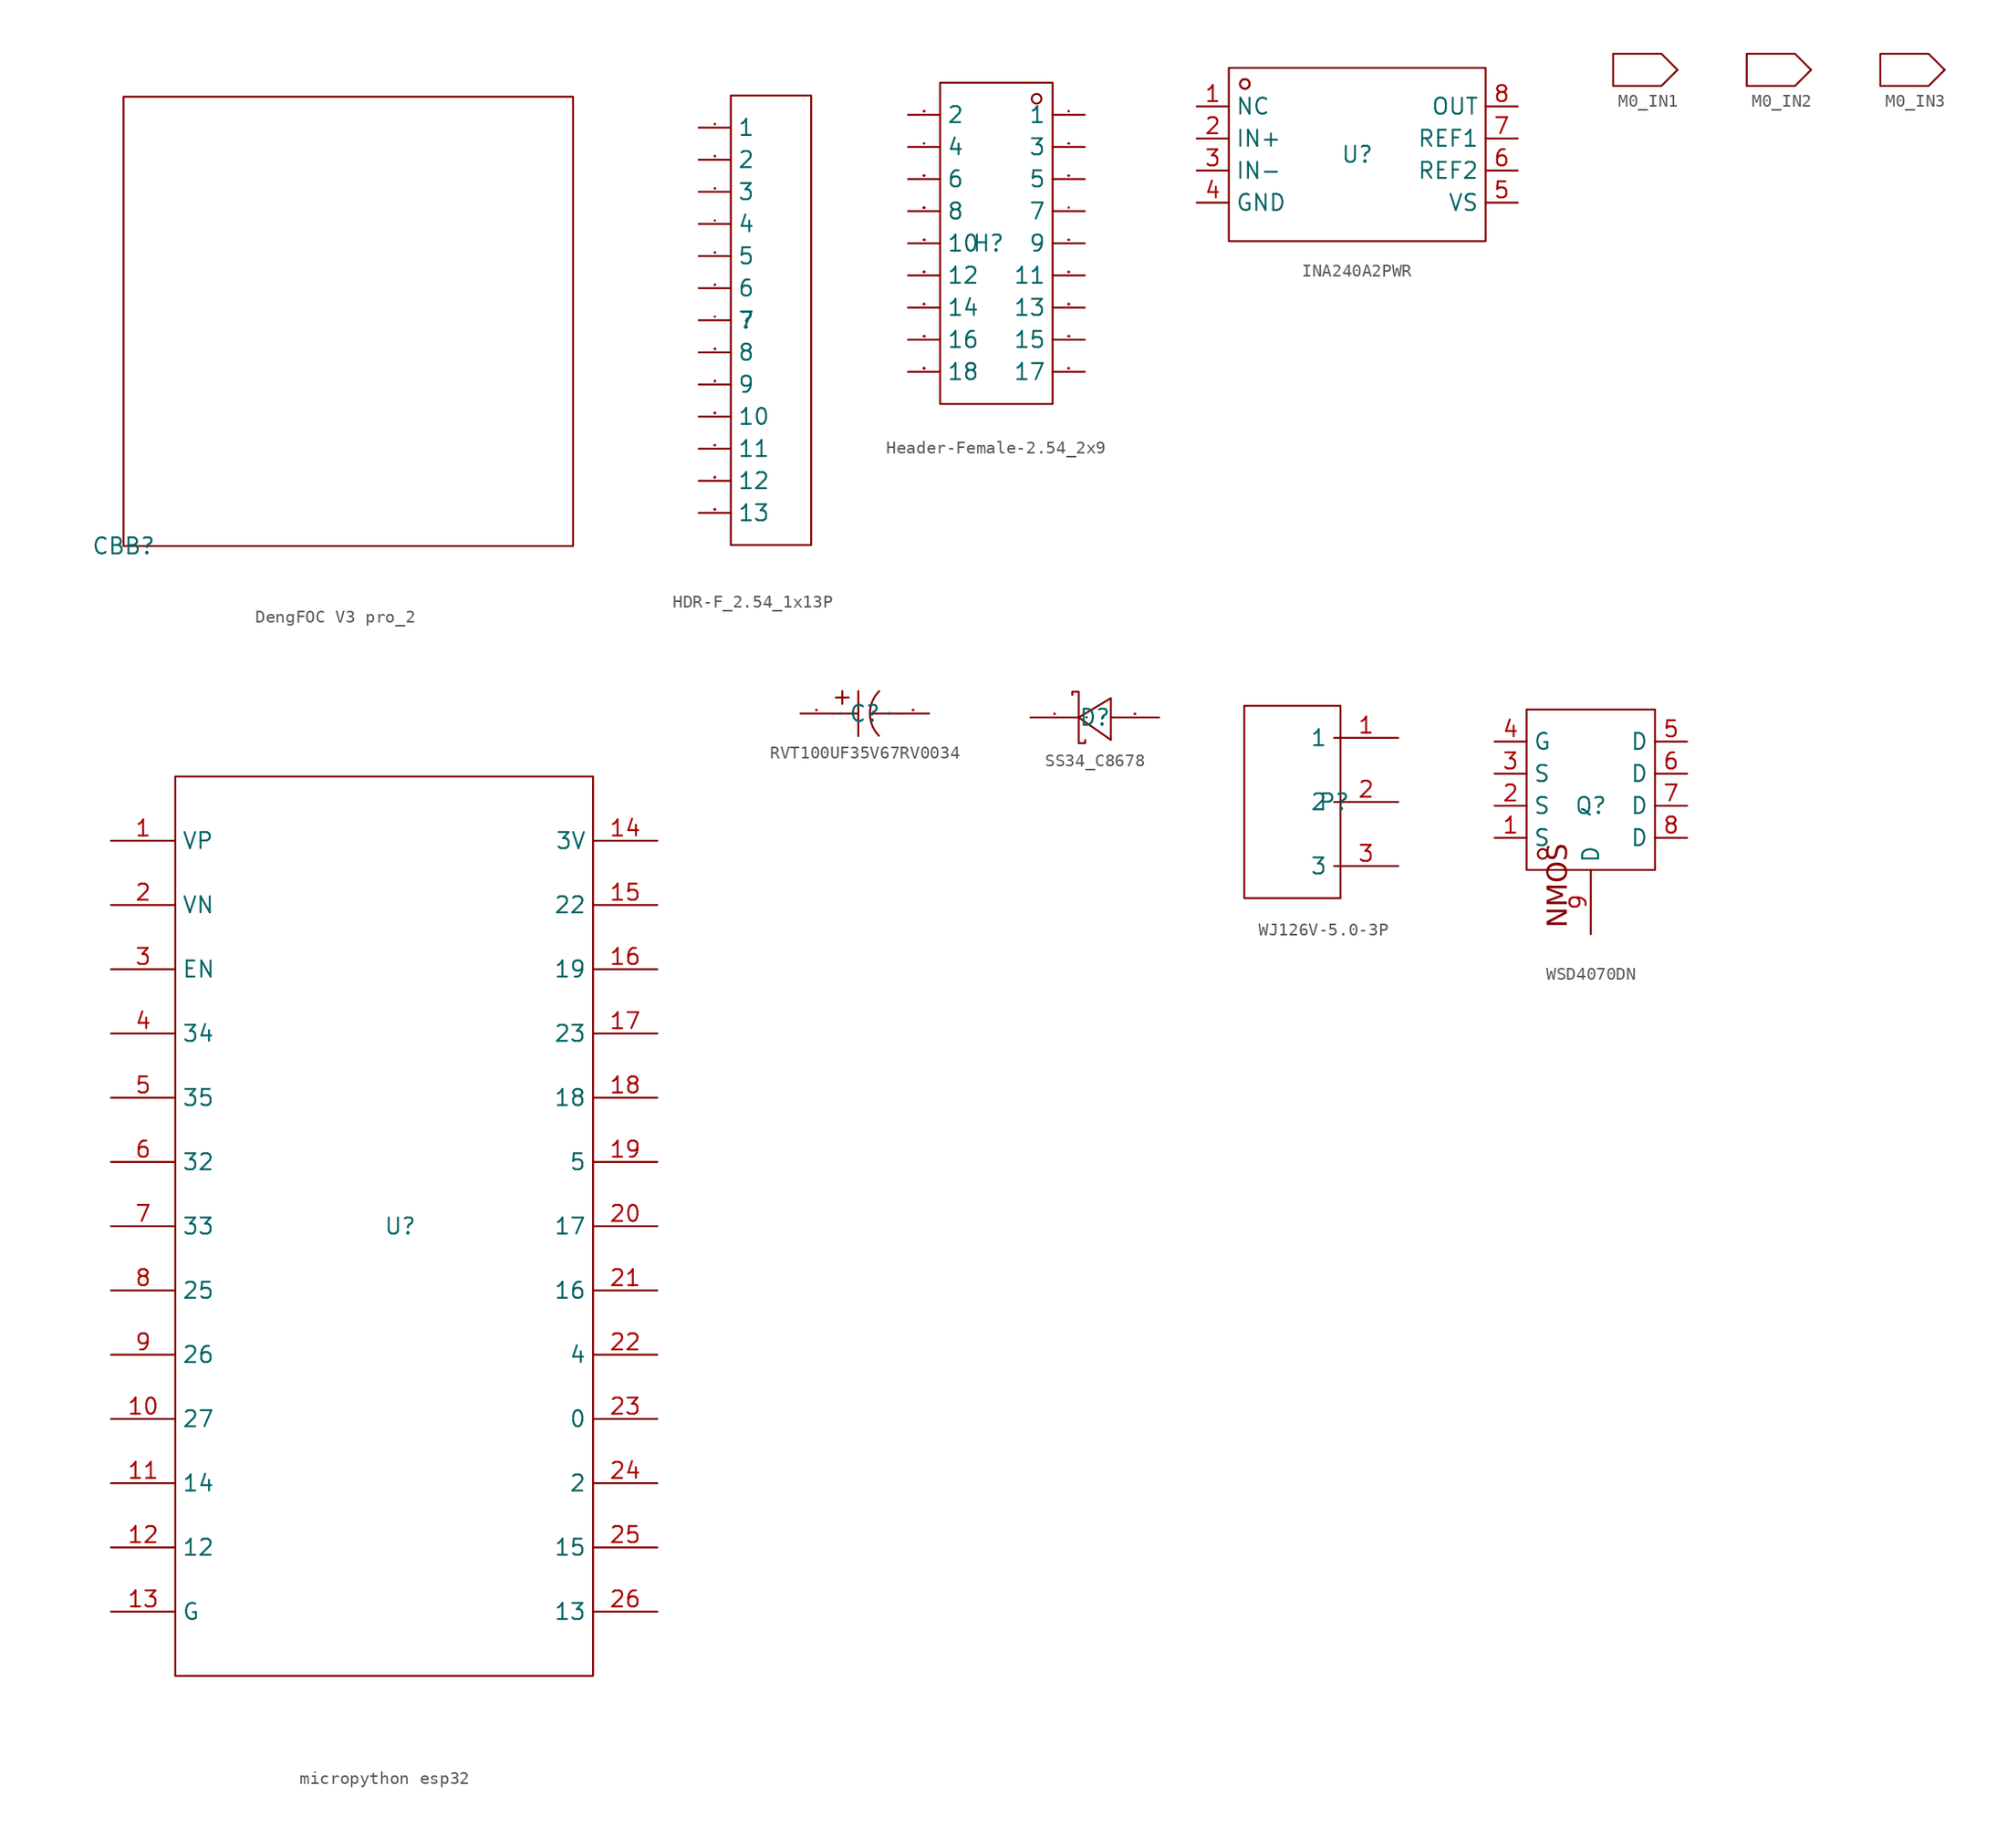
<source format=kicad_sym>
(kicad_symbol_lib
  (version 20231120)
  (generator "kicad_symbol_editor")
  (generator_version "8.0")
  (symbol "DengFOC V3 pro_2"
    (property "Reference" "CBB"
      (at 0 0 0)
      (effects (font (size 1.27 1.27))))
    (property "Value" ""
      (at 0 0 0)
      (effects (font (size 1.27 1.27))))
    (symbol "DengFOC V3 pro_2_1_0"
      (rectangle (start 0 0) (end 35.56 35.56) (stroke (width 0) (type default)) (fill (type none)))))
  (symbol "HDR-F_2.54_1x13P"
    (property "Reference" ""
      (at 0 0 0)
      (effects (font (size 1.27 1.27))))
    (property "Value" ""
      (at 0 0 0)
      (effects (font (size 1.27 1.27))))
    (symbol "HDR-F_2.54_1x13P_1_0"
      (rectangle (start -1.27 17.78) (end 5.08 -17.78) (stroke (width 0) (type default)) (fill (type none)))
      (pin input line (at -3.81 15.24 0) (length 2.54) (name "1" (effects (font (size 1.27 1.27)))) (number "1" (effects (font (size 0.025 0.025)))))
      (pin input line (at -3.81 -7.62 0) (length 2.54) (name "10" (effects (font (size 1.27 1.27)))) (number "10" (effects (font (size 0.025 0.025)))))
      (pin input line (at -3.81 -10.16 0) (length 2.54) (name "11" (effects (font (size 1.27 1.27)))) (number "11" (effects (font (size 0.025 0.025)))))
      (pin input line (at -3.81 -12.7 0) (length 2.54) (name "12" (effects (font (size 1.27 1.27)))) (number "12" (effects (font (size 0.025 0.025)))))
      (pin input line (at -3.81 -15.24 0) (length 2.54) (name "13" (effects (font (size 1.27 1.27)))) (number "13" (effects (font (size 0.025 0.025)))))
      (pin input line (at -3.81 12.7 0) (length 2.54) (name "2" (effects (font (size 1.27 1.27)))) (number "2" (effects (font (size 0.025 0.025)))))
      (pin input line (at -3.81 10.16 0) (length 2.54) (name "3" (effects (font (size 1.27 1.27)))) (number "3" (effects (font (size 0.025 0.025)))))
      (pin input line (at -3.81 7.62 0) (length 2.54) (name "4" (effects (font (size 1.27 1.27)))) (number "4" (effects (font (size 0.025 0.025)))))
      (pin input line (at -3.81 5.08 0) (length 2.54) (name "5" (effects (font (size 1.27 1.27)))) (number "5" (effects (font (size 0.025 0.025)))))
      (pin input line (at -3.81 2.54 0) (length 2.54) (name "6" (effects (font (size 1.27 1.27)))) (number "6" (effects (font (size 0.025 0.025)))))
      (pin input line (at -3.81 0 0) (length 2.54) (name "7" (effects (font (size 1.27 1.27)))) (number "7" (effects (font (size 0.025 0.025)))))
      (pin input line (at -3.81 -2.54 0) (length 2.54) (name "8" (effects (font (size 1.27 1.27)))) (number "8" (effects (font (size 0.025 0.025)))))
      (pin input line (at -3.81 -5.08 0) (length 2.54) (name "9" (effects (font (size 1.27 1.27)))) (number "9" (effects (font (size 0.025 0.025)))))))
  (symbol "Header-Female-2.54_2x9"
    (property "Reference" "H"
      (at 0 0 0)
      (effects (font (size 1.27 1.27))))
    (property "Value" ""
      (at 0 0 0)
      (effects (font (size 1.27 1.27))))
    (symbol "Header-Female-2.54_2x9_1_0"
      (rectangle (start -3.81 -12.7) (end 5.08 12.7) (stroke (width 0) (type default)) (fill (type none)))
      (circle (center 3.81 11.43) (radius 0.381) (stroke (width 0) (type default)) (fill (type none)))
      (pin input line (at 7.62 10.16 180) (length 2.54) (name "1" (effects (font (size 1.27 1.27)))) (number "1" (effects (font (size 0.025 0.025)))))
      (pin input line (at -6.35 0 0) (length 2.54) (name "10" (effects (font (size 1.27 1.27)))) (number "10" (effects (font (size 0.025 0.025)))))
      (pin input line (at 7.62 -2.54 180) (length 2.54) (name "11" (effects (font (size 1.27 1.27)))) (number "11" (effects (font (size 0.025 0.025)))))
      (pin input line (at -6.35 -2.54 0) (length 2.54) (name "12" (effects (font (size 1.27 1.27)))) (number "12" (effects (font (size 0.025 0.025)))))
      (pin input line (at 7.62 -5.08 180) (length 2.54) (name "13" (effects (font (size 1.27 1.27)))) (number "13" (effects (font (size 0.025 0.025)))))
      (pin input line (at -6.35 -5.08 0) (length 2.54) (name "14" (effects (font (size 1.27 1.27)))) (number "14" (effects (font (size 0.025 0.025)))))
      (pin input line (at 7.62 -7.62 180) (length 2.54) (name "15" (effects (font (size 1.27 1.27)))) (number "15" (effects (font (size 0.025 0.025)))))
      (pin input line (at -6.35 -7.62 0) (length 2.54) (name "16" (effects (font (size 1.27 1.27)))) (number "16" (effects (font (size 0.025 0.025)))))
      (pin input line (at 7.62 -10.16 180) (length 2.54) (name "17" (effects (font (size 1.27 1.27)))) (number "17" (effects (font (size 0.025 0.025)))))
      (pin input line (at -6.35 -10.16 0) (length 2.54) (name "18" (effects (font (size 1.27 1.27)))) (number "18" (effects (font (size 0.025 0.025)))))
      (pin input line (at -6.35 10.16 0) (length 2.54) (name "2" (effects (font (size 1.27 1.27)))) (number "2" (effects (font (size 0.025 0.025)))))
      (pin input line (at 7.62 7.62 180) (length 2.54) (name "3" (effects (font (size 1.27 1.27)))) (number "3" (effects (font (size 0.025 0.025)))))
      (pin input line (at -6.35 7.62 0) (length 2.54) (name "4" (effects (font (size 1.27 1.27)))) (number "4" (effects (font (size 0.025 0.025)))))
      (pin input line (at 7.62 5.08 180) (length 2.54) (name "5" (effects (font (size 1.27 1.27)))) (number "5" (effects (font (size 0.025 0.025)))))
      (pin input line (at -6.35 5.08 0) (length 2.54) (name "6" (effects (font (size 1.27 1.27)))) (number "6" (effects (font (size 0.025 0.025)))))
      (pin input line (at 7.62 2.54 180) (length 2.54) (name "7" (effects (font (size 1.27 1.27)))) (number "7" (effects (font (size 0.025 0.025)))))
      (pin input line (at -6.35 2.54 0) (length 2.54) (name "8" (effects (font (size 1.27 1.27)))) (number "8" (effects (font (size 0.025 0.025)))))
      (pin input line (at 7.62 0 180) (length 2.54) (name "9" (effects (font (size 1.27 1.27)))) (number "9" (effects (font (size 0.025 0.025)))))))
  (symbol "INA240A2PWR"
    (property "Reference" "U"
      (at 0 0 0)
      (effects (font (size 1.27 1.27))))
    (property "Value" ""
      (at 0 0 0)
      (effects (font (size 1.27 1.27))))
    (symbol "INA240A2PWR_1_0"
      (rectangle (start -10.16 -6.858) (end 10.16 6.858) (stroke (width 0) (type default)) (fill (type none)))
      (circle (center -8.89 5.588) (radius 0.381) (stroke (width 0) (type default)) (fill (type none)))
      (circle (center -8.89 5.588) (radius 0.381) (stroke (width 0) (type default)) (fill (type none)))
      (pin input line (at -12.7 3.81 0) (length 2.54) (name "NC" (effects (font (size 1.27 1.27)))) (number "1" (effects (font (size 1.27 1.27)))))
      (pin input line (at -12.7 1.27 0) (length 2.54) (name "IN+" (effects (font (size 1.27 1.27)))) (number "2" (effects (font (size 1.27 1.27)))))
      (pin input line (at -12.7 -1.27 0) (length 2.54) (name "IN-" (effects (font (size 1.27 1.27)))) (number "3" (effects (font (size 1.27 1.27)))))
      (pin input line (at -12.7 -3.81 0) (length 2.54) (name "GND" (effects (font (size 1.27 1.27)))) (number "4" (effects (font (size 1.27 1.27)))))
      (pin input line (at 12.7 -3.81 180) (length 2.54) (name "VS" (effects (font (size 1.27 1.27)))) (number "5" (effects (font (size 1.27 1.27)))))
      (pin input line (at 12.7 -1.27 180) (length 2.54) (name "REF2" (effects (font (size 1.27 1.27)))) (number "6" (effects (font (size 1.27 1.27)))))
      (pin input line (at 12.7 1.27 180) (length 2.54) (name "REF1" (effects (font (size 1.27 1.27)))) (number "7" (effects (font (size 1.27 1.27)))))
      (pin input line (at 12.7 3.81 180) (length 2.54) (name "OUT" (effects (font (size 1.27 1.27)))) (number "8" (effects (font (size 1.27 1.27)))))))
  (symbol "M0_IN1"
    (power)
    (pin_numbers hide)
    (pin_names hide)
    (property "Reference" "#PWR"
      (at 0 0 0)
      (effects (font (size 1.27 1.27)) (hide yes)))
    (property "Value" ""
      (at 0 0 0)
      (effects (font (size 1.27 1.27))))
    (symbol "M0_IN1_1_0"
      (polyline (pts (xy 0 0) (xy -1.27 -1.27) (xy -1.27 -1.27) (xy -5.08 -1.27) (xy -5.08 -1.27) (xy -5.08 1.27) (xy -5.08 1.27) (xy -1.27 1.27) (xy -1.27 1.27) (xy 0 0)) (stroke (width 0) (type default)) (fill (type none)))
      (pin input line (at 0 0 0) (length 0) (name "" (effects (font (size 0.025 0.025)))) (number "" (effects (font (size 0.025 0.025)))))))
  (symbol "M0_IN2"
    (power)
    (pin_numbers hide)
    (pin_names hide)
    (property "Reference" "#PWR"
      (at 0 0 0)
      (effects (font (size 1.27 1.27)) (hide yes)))
    (property "Value" ""
      (at 0 0 0)
      (effects (font (size 1.27 1.27))))
    (symbol "M0_IN2_1_0"
      (polyline (pts (xy 0 0) (xy -1.27 -1.27) (xy -1.27 -1.27) (xy -5.08 -1.27) (xy -5.08 -1.27) (xy -5.08 1.27) (xy -5.08 1.27) (xy -1.27 1.27) (xy -1.27 1.27) (xy 0 0)) (stroke (width 0) (type default)) (fill (type none)))
      (pin input line (at 0 0 0) (length 0) (name "" (effects (font (size 0.025 0.025)))) (number "" (effects (font (size 0.025 0.025)))))))
  (symbol "M0_IN3"
    (power)
    (pin_numbers hide)
    (pin_names hide)
    (property "Reference" "#PWR"
      (at 0 0 0)
      (effects (font (size 1.27 1.27)) (hide yes)))
    (property "Value" ""
      (at 0 0 0)
      (effects (font (size 1.27 1.27))))
    (symbol "M0_IN3_1_0"
      (polyline (pts (xy 0 0) (xy -1.27 -1.27) (xy -1.27 -1.27) (xy -5.08 -1.27) (xy -5.08 -1.27) (xy -5.08 1.27) (xy -5.08 1.27) (xy -1.27 1.27) (xy -1.27 1.27) (xy 0 0)) (stroke (width 0) (type default)) (fill (type none)))
      (pin input line (at 0 0 0) (length 0) (name "" (effects (font (size 0.025 0.025)))) (number "" (effects (font (size 0.025 0.025)))))))
  (symbol "micropython esp32"
    (property "Reference" "U"
      (at 0 0 0)
      (effects (font (size 1.27 1.27))))
    (property "Value" ""
      (at 0 0 0)
      (effects (font (size 1.27 1.27))))
    (symbol "micropython esp32_1_0"
      (rectangle (start -17.78 -35.56) (end 15.24 35.56) (stroke (width 0) (type default)) (fill (type none)))
      (pin input line (at -22.86 30.48 0) (length 5.08) (name "VP" (effects (font (size 1.27 1.27)))) (number "1" (effects (font (size 1.27 1.27)))))
      (pin input line (at -22.86 -15.24 0) (length 5.08) (name "27" (effects (font (size 1.27 1.27)))) (number "10" (effects (font (size 1.27 1.27)))))
      (pin input line (at -22.86 -20.32 0) (length 5.08) (name "14" (effects (font (size 1.27 1.27)))) (number "11" (effects (font (size 1.27 1.27)))))
      (pin input line (at -22.86 -25.4 0) (length 5.08) (name "12" (effects (font (size 1.27 1.27)))) (number "12" (effects (font (size 1.27 1.27)))))
      (pin input line (at -22.86 -30.48 0) (length 5.08) (name "G" (effects (font (size 1.27 1.27)))) (number "13" (effects (font (size 1.27 1.27)))))
      (pin input line (at 20.32 30.48 180) (length 5.08) (name "3V" (effects (font (size 1.27 1.27)))) (number "14" (effects (font (size 1.27 1.27)))))
      (pin input line (at 20.32 25.4 180) (length 5.08) (name "22" (effects (font (size 1.27 1.27)))) (number "15" (effects (font (size 1.27 1.27)))))
      (pin input line (at 20.32 20.32 180) (length 5.08) (name "19" (effects (font (size 1.27 1.27)))) (number "16" (effects (font (size 1.27 1.27)))))
      (pin input line (at 20.32 15.24 180) (length 5.08) (name "23" (effects (font (size 1.27 1.27)))) (number "17" (effects (font (size 1.27 1.27)))))
      (pin input line (at 20.32 10.16 180) (length 5.08) (name "18" (effects (font (size 1.27 1.27)))) (number "18" (effects (font (size 1.27 1.27)))))
      (pin input line (at 20.32 5.08 180) (length 5.08) (name "5" (effects (font (size 1.27 1.27)))) (number "19" (effects (font (size 1.27 1.27)))))
      (pin input line (at -22.86 25.4 0) (length 5.08) (name "VN" (effects (font (size 1.27 1.27)))) (number "2" (effects (font (size 1.27 1.27)))))
      (pin input line (at 20.32 0 180) (length 5.08) (name "17" (effects (font (size 1.27 1.27)))) (number "20" (effects (font (size 1.27 1.27)))))
      (pin input line (at 20.32 -5.08 180) (length 5.08) (name "16" (effects (font (size 1.27 1.27)))) (number "21" (effects (font (size 1.27 1.27)))))
      (pin input line (at 20.32 -10.16 180) (length 5.08) (name "4" (effects (font (size 1.27 1.27)))) (number "22" (effects (font (size 1.27 1.27)))))
      (pin input line (at 20.32 -15.24 180) (length 5.08) (name "0" (effects (font (size 1.27 1.27)))) (number "23" (effects (font (size 1.27 1.27)))))
      (pin input line (at 20.32 -20.32 180) (length 5.08) (name "2" (effects (font (size 1.27 1.27)))) (number "24" (effects (font (size 1.27 1.27)))))
      (pin input line (at 20.32 -25.4 180) (length 5.08) (name "15" (effects (font (size 1.27 1.27)))) (number "25" (effects (font (size 1.27 1.27)))))
      (pin input line (at 20.32 -30.48 180) (length 5.08) (name "13" (effects (font (size 1.27 1.27)))) (number "26" (effects (font (size 1.27 1.27)))))
      (pin input line (at -22.86 20.32 0) (length 5.08) (name "EN" (effects (font (size 1.27 1.27)))) (number "3" (effects (font (size 1.27 1.27)))))
      (pin input line (at -22.86 15.24 0) (length 5.08) (name "34" (effects (font (size 1.27 1.27)))) (number "4" (effects (font (size 1.27 1.27)))))
      (pin input line (at -22.86 10.16 0) (length 5.08) (name "35" (effects (font (size 1.27 1.27)))) (number "5" (effects (font (size 1.27 1.27)))))
      (pin input line (at -22.86 5.08 0) (length 5.08) (name "32" (effects (font (size 1.27 1.27)))) (number "6" (effects (font (size 1.27 1.27)))))
      (pin input line (at -22.86 0 0) (length 5.08) (name "33" (effects (font (size 1.27 1.27)))) (number "7" (effects (font (size 1.27 1.27)))))
      (pin input line (at -22.86 -5.08 0) (length 5.08) (name "25" (effects (font (size 1.27 1.27)))) (number "8" (effects (font (size 1.27 1.27)))))
      (pin input line (at -22.86 -10.16 0) (length 5.08) (name "26" (effects (font (size 1.27 1.27)))) (number "9" (effects (font (size 1.27 1.27)))))))
  (symbol "RVT100UF35V67RV0034"
    (property "Reference" "C"
      (at 0 0 0)
      (effects (font (size 1.27 1.27))))
    (symbol "RVT100UF35V67RV0034_1_0"
      (polyline (pts (xy -2.54 0) (xy -0.508 0)) (stroke (width 0) (type default)) (fill (type none)))
      (polyline (pts (xy -2.286 1.27) (xy -1.27 1.27)) (stroke (width 0) (type default)) (fill (type none)))
      (polyline (pts (xy -1.778 1.778) (xy -1.778 0.762)) (stroke (width 0) (type default)) (fill (type none)))
      (polyline (pts (xy -0.508 1.778) (xy -0.508 -1.778)) (stroke (width 0) (type default)) (fill (type none)))
      (polyline (pts (xy 0.508 0) (xy 2.54 0)) (stroke (width 0) (type default)) (fill (type none)))
      (arc (start 1.143 1.778) (mid 0.4065 0.0179) (end 1.1176 -1.7526) (stroke (width 0) (type default)) (fill (type none)))
      (pin input line (at -5.08 0 0) (length 2.54) (name "1" (effects (font (size 0.025 0.025)))) (number "1" (effects (font (size 0.025 0.025)))))
      (pin input line (at 5.08 0 180) (length 2.54) (name "2" (effects (font (size 0.025 0.025)))) (number "2" (effects (font (size 0.025 0.025)))))))
  (symbol "SS34_C8678"
    (property "Reference" "D"
      (at 0 0 0)
      (effects (font (size 1.27 1.27))))
    (property "Value" ""
      (at 0 0 0)
      (effects (font (size 1.27 1.27))))
    (symbol "SS34_C8678_1_0"
      (polyline (pts (xy -1.27 0) (xy -1.27 -2.032) (xy -1.27 -2.032) (xy -0.762 -2.032) (xy -0.762 -2.032) (xy -0.762 -1.778)) (stroke (width 0) (type default)) (fill (type none)))
      (polyline (pts (xy -1.27 0) (xy -1.27 2.032) (xy -1.27 2.032) (xy -1.778 2.032) (xy -1.778 2.032) (xy -1.778 1.778)) (stroke (width 0) (type default)) (fill (type none)))
      (polyline (pts (xy 1.27 1.524) (xy -1.27 0) (xy -1.27 0) (xy 1.27 -1.778) (xy 1.27 -1.778) (xy 1.27 1.524)) (stroke (width 0) (type default)) (fill (type none)))
      (pin input line (at -5.08 0 0) (length 3.81) (name "K" (effects (font (size 0.025 0.025)))) (number "1" (effects (font (size 0.025 0.025)))))
      (pin input line (at 5.08 0 180) (length 3.81) (name "A" (effects (font (size 0.025 0.025)))) (number "2" (effects (font (size 0.025 0.025)))))))
  (symbol "WJ126V-5.0-3P"
    (property "Reference" "P"
      (at 0 0 0)
      (effects (font (size 1.27 1.27))))
    (property "Value" ""
      (at 0 0 0)
      (effects (font (size 1.27 1.27))))
    (symbol "WJ126V-5.0-3P_1_0"
      (rectangle (start -7.112 -7.62) (end 0.508 7.62) (stroke (width 0) (type default)) (fill (type none)))
      (pin input line (at 5.08 5.08 180) (length 5.08) (name "1" (effects (font (size 1.27 1.27)))) (number "1" (effects (font (size 1.27 1.27)))))
      (pin input line (at 5.08 0 180) (length 5.08) (name "2" (effects (font (size 1.27 1.27)))) (number "2" (effects (font (size 1.27 1.27)))))
      (pin input line (at 5.08 -5.08 180) (length 5.08) (name "3" (effects (font (size 1.27 1.27)))) (number "3" (effects (font (size 1.27 1.27)))))))
  (symbol "WSD4070DN"
    (property "Reference" "Q"
      (at 0 0 0)
      (effects (font (size 1.27 1.27))))
    (property "Value" ""
      (at 0 0 0)
      (effects (font (size 1.27 1.27))))
    (symbol "WSD4070DN_1_0"
      (rectangle (start -5.08 -5.08) (end 5.08 7.62) (stroke (width 0) (type default)) (fill (type none)))
      (circle (center -3.81 -3.81) (radius 0.381) (stroke (width 0) (type default)) (fill (type none)))
      (text "NMOS" (at -1.626 -2.972 2700) (effects (font (face "宋体") (size 1.575 1.575)) (justify right bottom)))
      (pin input line (at -7.62 -2.54 0) (length 2.54) (name "S" (effects (font (size 1.27 1.27)))) (number "1" (effects (font (size 1.27 1.27)))))
      (pin input line (at -7.62 0 0) (length 2.54) (name "S" (effects (font (size 1.27 1.27)))) (number "2" (effects (font (size 1.27 1.27)))))
      (pin input line (at -7.62 2.54 0) (length 2.54) (name "S" (effects (font (size 1.27 1.27)))) (number "3" (effects (font (size 1.27 1.27)))))
      (pin input line (at -7.62 5.08 0) (length 2.54) (name "G" (effects (font (size 1.27 1.27)))) (number "4" (effects (font (size 1.27 1.27)))))
      (pin input line (at 7.62 5.08 180) (length 2.54) (name "D" (effects (font (size 1.27 1.27)))) (number "5" (effects (font (size 1.27 1.27)))))
      (pin input line (at 7.62 2.54 180) (length 2.54) (name "D" (effects (font (size 1.27 1.27)))) (number "6" (effects (font (size 1.27 1.27)))))
      (pin input line (at 7.62 0 180) (length 2.54) (name "D" (effects (font (size 1.27 1.27)))) (number "7" (effects (font (size 1.27 1.27)))))
      (pin input line (at 7.62 -2.54 180) (length 2.54) (name "D" (effects (font (size 1.27 1.27)))) (number "8" (effects (font (size 1.27 1.27)))))
      (pin input line (at 0 -10.16 90) (length 5.08) (name "D" (effects (font (size 1.27 1.27)))) (number "9" (effects (font (size 1.27 1.27))))))))
</source>
